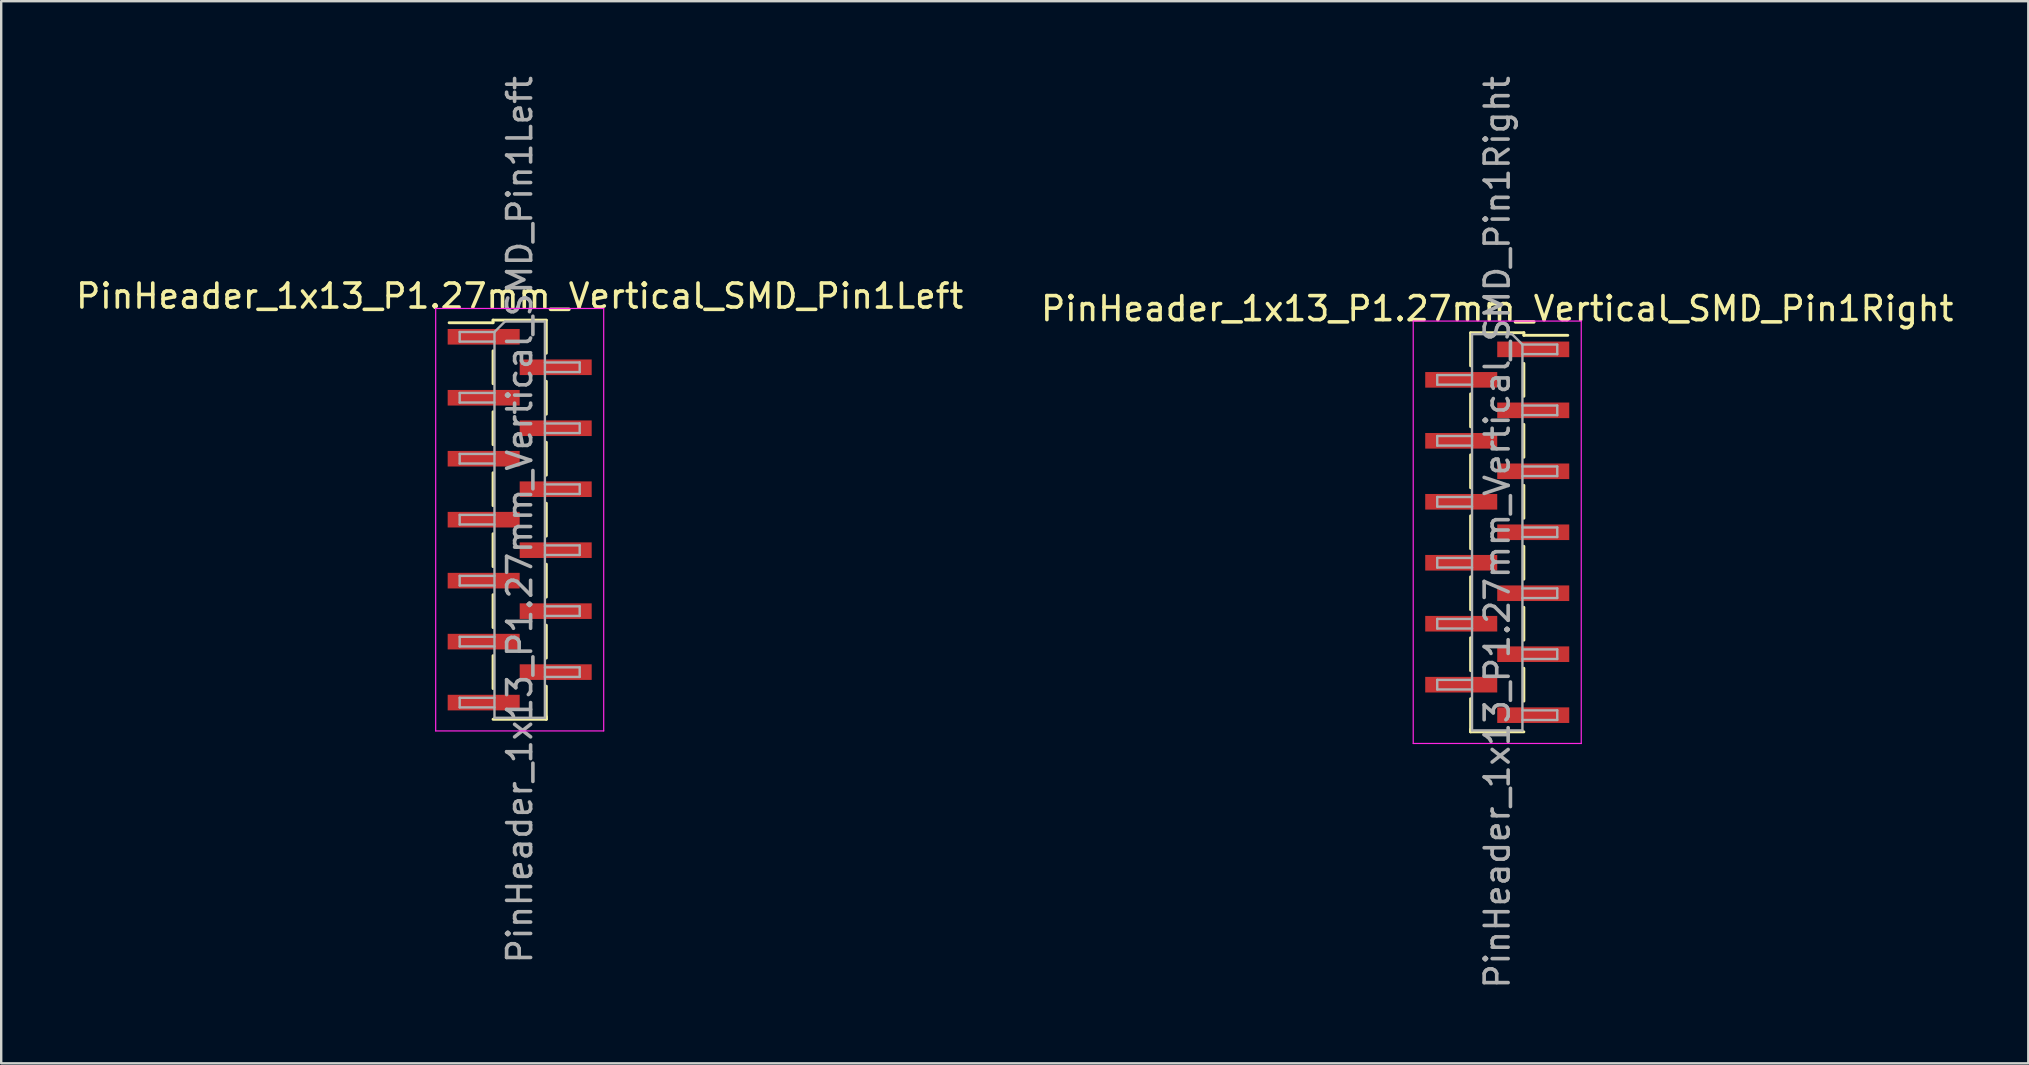
<source format=kicad_pcb>
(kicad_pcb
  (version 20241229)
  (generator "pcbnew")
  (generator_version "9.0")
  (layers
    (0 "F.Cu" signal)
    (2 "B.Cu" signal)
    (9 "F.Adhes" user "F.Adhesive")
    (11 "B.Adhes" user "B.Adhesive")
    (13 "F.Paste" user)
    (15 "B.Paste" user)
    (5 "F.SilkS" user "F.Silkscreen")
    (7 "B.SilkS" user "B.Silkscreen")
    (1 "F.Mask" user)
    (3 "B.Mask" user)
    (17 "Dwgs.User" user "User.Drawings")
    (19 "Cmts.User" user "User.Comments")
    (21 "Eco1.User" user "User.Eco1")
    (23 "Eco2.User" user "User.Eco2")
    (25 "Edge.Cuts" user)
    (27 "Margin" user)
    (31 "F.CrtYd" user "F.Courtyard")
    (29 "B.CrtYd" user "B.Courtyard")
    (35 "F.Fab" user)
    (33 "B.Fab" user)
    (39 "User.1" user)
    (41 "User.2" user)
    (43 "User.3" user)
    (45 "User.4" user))
  (footprint "PinHeader_1x13_P1.27mm_Vertical_SMD_Pin1Left"
    (layer "F.Cu")
    (at 18.601 18.601)
    (property "Reference" "PinHeader_1x13_P1.27mm_Vertical_SMD_Pin1Left" (at 0 -9.315 0) (layer "F.SilkS") (effects (font (size 1 1) (thickness 0.15))))
    (attr smd)
    (fp_line (start -1.11 -8.315) (end -1.11 -8.205) (stroke (width 0.12) (type solid)) (layer "F.SilkS"))
    (fp_line (start -1.11 -8.315) (end 1.11 -8.315) (stroke (width 0.12) (type solid)) (layer "F.SilkS"))
    (fp_line (start -1.11 -8.205) (end -2.94 -8.205) (stroke (width 0.12) (type solid)) (layer "F.SilkS"))
    (fp_line (start -1.11 -7.035) (end -1.11 -5.665) (stroke (width 0.12) (type solid)) (layer "F.SilkS"))
    (fp_line (start -1.11 -4.495) (end -1.11 -3.125) (stroke (width 0.12) (type solid)) (layer "F.SilkS"))
    (fp_line (start -1.11 -1.955) (end -1.11 -0.585) (stroke (width 0.12) (type solid)) (layer "F.SilkS"))
    (fp_line (start -1.11 0.585) (end -1.11 1.955) (stroke (width 0.12) (type solid)) (layer "F.SilkS"))
    (fp_line (start -1.11 3.125) (end -1.11 4.495) (stroke (width 0.12) (type solid)) (layer "F.SilkS"))
    (fp_line (start -1.11 5.665) (end -1.11 7.035) (stroke (width 0.12) (type solid)) (layer "F.SilkS"))
    (fp_line (start -1.11 8.315) (end 1.11 8.315) (stroke (width 0.12) (type solid)) (layer "F.SilkS"))
    (fp_line (start 1.11 -8.305) (end 1.11 -6.935) (stroke (width 0.12) (type solid)) (layer "F.SilkS"))
    (fp_line (start 1.11 -5.765) (end 1.11 -4.395) (stroke (width 0.12) (type solid)) (layer "F.SilkS"))
    (fp_line (start 1.11 -3.225) (end 1.11 -1.855) (stroke (width 0.12) (type solid)) (layer "F.SilkS"))
    (fp_line (start 1.11 -0.685) (end 1.11 0.685) (stroke (width 0.12) (type solid)) (layer "F.SilkS"))
    (fp_line (start 1.11 1.855) (end 1.11 3.225) (stroke (width 0.12) (type solid)) (layer "F.SilkS"))
    (fp_line (start 1.11 4.395) (end 1.11 5.765) (stroke (width 0.12) (type solid)) (layer "F.SilkS"))
    (fp_line (start 1.11 6.935) (end 1.11 8.305) (stroke (width 0.12) (type solid)) (layer "F.SilkS"))
    (fp_line (start 1.11 8.205) (end 1.11 8.315) (stroke (width 0.12) (type solid)) (layer "F.SilkS"))
    (fp_line (start -3.5 -8.8) (end -3.5 8.8) (stroke (width 0.05) (type solid)) (layer "F.CrtYd"))
    (fp_line (start -3.5 8.8) (end 3.5 8.8) (stroke (width 0.05) (type solid)) (layer "F.CrtYd"))
    (fp_line (start 3.5 -8.8) (end -3.5 -8.8) (stroke (width 0.05) (type solid)) (layer "F.CrtYd"))
    (fp_line (start 3.5 8.8) (end 3.5 -8.8) (stroke (width 0.05) (type solid)) (layer "F.CrtYd"))
    (fp_line (start -2.5 -7.82) (end -2.5 -7.42) (stroke (width 0.1) (type solid)) (layer "F.Fab"))
    (fp_line (start -2.5 -7.42) (end -1.05 -7.42) (stroke (width 0.1) (type solid)) (layer "F.Fab"))
    (fp_line (start -2.5 -5.28) (end -2.5 -4.88) (stroke (width 0.1) (type solid)) (layer "F.Fab"))
    (fp_line (start -2.5 -4.88) (end -1.05 -4.88) (stroke (width 0.1) (type solid)) (layer "F.Fab"))
    (fp_line (start -2.5 -2.74) (end -2.5 -2.34) (stroke (width 0.1) (type solid)) (layer "F.Fab"))
    (fp_line (start -2.5 -2.34) (end -1.05 -2.34) (stroke (width 0.1) (type solid)) (layer "F.Fab"))
    (fp_line (start -2.5 -0.2) (end -2.5 0.2) (stroke (width 0.1) (type solid)) (layer "F.Fab"))
    (fp_line (start -2.5 0.2) (end -1.05 0.2) (stroke (width 0.1) (type solid)) (layer "F.Fab"))
    (fp_line (start -2.5 2.34) (end -2.5 2.74) (stroke (width 0.1) (type solid)) (layer "F.Fab"))
    (fp_line (start -2.5 2.74) (end -1.05 2.74) (stroke (width 0.1) (type solid)) (layer "F.Fab"))
    (fp_line (start -2.5 4.88) (end -2.5 5.28) (stroke (width 0.1) (type solid)) (layer "F.Fab"))
    (fp_line (start -2.5 5.28) (end -1.05 5.28) (stroke (width 0.1) (type solid)) (layer "F.Fab"))
    (fp_line (start -2.5 7.42) (end -2.5 7.82) (stroke (width 0.1) (type solid)) (layer "F.Fab"))
    (fp_line (start -2.5 7.82) (end -1.05 7.82) (stroke (width 0.1) (type solid)) (layer "F.Fab"))
    (fp_line (start -1.05 -7.82) (end -2.5 -7.82) (stroke (width 0.1) (type solid)) (layer "F.Fab"))
    (fp_line (start -1.05 -7.82) (end -0.615 -8.255) (stroke (width 0.1) (type solid)) (layer "F.Fab"))
    (fp_line (start -1.05 -5.28) (end -2.5 -5.28) (stroke (width 0.1) (type solid)) (layer "F.Fab"))
    (fp_line (start -1.05 -2.74) (end -2.5 -2.74) (stroke (width 0.1) (type solid)) (layer "F.Fab"))
    (fp_line (start -1.05 -0.2) (end -2.5 -0.2) (stroke (width 0.1) (type solid)) (layer "F.Fab"))
    (fp_line (start -1.05 2.34) (end -2.5 2.34) (stroke (width 0.1) (type solid)) (layer "F.Fab"))
    (fp_line (start -1.05 4.88) (end -2.5 4.88) (stroke (width 0.1) (type solid)) (layer "F.Fab"))
    (fp_line (start -1.05 7.42) (end -2.5 7.42) (stroke (width 0.1) (type solid)) (layer "F.Fab"))
    (fp_line (start -1.05 8.255) (end -1.05 -7.82) (stroke (width 0.1) (type solid)) (layer "F.Fab"))
    (fp_line (start -0.615 -8.255) (end 1.05 -8.255) (stroke (width 0.1) (type solid)) (layer "F.Fab"))
    (fp_line (start 1.05 -8.255) (end 1.05 8.255) (stroke (width 0.1) (type solid)) (layer "F.Fab"))
    (fp_line (start 1.05 -6.55) (end 2.5 -6.55) (stroke (width 0.1) (type solid)) (layer "F.Fab"))
    (fp_line (start 1.05 -4.01) (end 2.5 -4.01) (stroke (width 0.1) (type solid)) (layer "F.Fab"))
    (fp_line (start 1.05 -1.47) (end 2.5 -1.47) (stroke (width 0.1) (type solid)) (layer "F.Fab"))
    (fp_line (start 1.05 1.07) (end 2.5 1.07) (stroke (width 0.1) (type solid)) (layer "F.Fab"))
    (fp_line (start 1.05 3.61) (end 2.5 3.61) (stroke (width 0.1) (type solid)) (layer "F.Fab"))
    (fp_line (start 1.05 6.15) (end 2.5 6.15) (stroke (width 0.1) (type solid)) (layer "F.Fab"))
    (fp_line (start 1.05 8.255) (end -1.05 8.255) (stroke (width 0.1) (type solid)) (layer "F.Fab"))
    (fp_line (start 2.5 -6.55) (end 2.5 -6.15) (stroke (width 0.1) (type solid)) (layer "F.Fab"))
    (fp_line (start 2.5 -6.15) (end 1.05 -6.15) (stroke (width 0.1) (type solid)) (layer "F.Fab"))
    (fp_line (start 2.5 -4.01) (end 2.5 -3.61) (stroke (width 0.1) (type solid)) (layer "F.Fab"))
    (fp_line (start 2.5 -3.61) (end 1.05 -3.61) (stroke (width 0.1) (type solid)) (layer "F.Fab"))
    (fp_line (start 2.5 -1.47) (end 2.5 -1.07) (stroke (width 0.1) (type solid)) (layer "F.Fab"))
    (fp_line (start 2.5 -1.07) (end 1.05 -1.07) (stroke (width 0.1) (type solid)) (layer "F.Fab"))
    (fp_line (start 2.5 1.07) (end 2.5 1.47) (stroke (width 0.1) (type solid)) (layer "F.Fab"))
    (fp_line (start 2.5 1.47) (end 1.05 1.47) (stroke (width 0.1) (type solid)) (layer "F.Fab"))
    (fp_line (start 2.5 3.61) (end 2.5 4.01) (stroke (width 0.1) (type solid)) (layer "F.Fab"))
    (fp_line (start 2.5 4.01) (end 1.05 4.01) (stroke (width 0.1) (type solid)) (layer "F.Fab"))
    (fp_line (start 2.5 6.15) (end 2.5 6.55) (stroke (width 0.1) (type solid)) (layer "F.Fab"))
    (fp_line (start 2.5 6.55) (end 1.05 6.55) (stroke (width 0.1) (type solid)) (layer "F.Fab"))
    (fp_text user "${REFERENCE}" (at 0 0 90) (layer "F.Fab") (effects (font (size 1 1) (thickness 0.15))))
    (pad "1" smd rect (at -1.5 -7.62) (size 3 0.65) (layers "F.Cu" "F.Mask" "F.Paste"))
    (pad "2" smd rect (at 1.5 -6.35) (size 3 0.65) (layers "F.Cu" "F.Mask" "F.Paste"))
    (pad "3" smd rect (at -1.5 -5.08) (size 3 0.65) (layers "F.Cu" "F.Mask" "F.Paste"))
    (pad "4" smd rect (at 1.5 -3.81) (size 3 0.65) (layers "F.Cu" "F.Mask" "F.Paste"))
    (pad "5" smd rect (at -1.5 -2.54) (size 3 0.65) (layers "F.Cu" "F.Mask" "F.Paste"))
    (pad "6" smd rect (at 1.5 -1.27) (size 3 0.65) (layers "F.Cu" "F.Mask" "F.Paste"))
    (pad "7" smd rect (at -1.5 0) (size 3 0.65) (layers "F.Cu" "F.Mask" "F.Paste"))
    (pad "8" smd rect (at 1.5 1.27) (size 3 0.65) (layers "F.Cu" "F.Mask" "F.Paste"))
    (pad "9" smd rect (at -1.5 2.54) (size 3 0.65) (layers "F.Cu" "F.Mask" "F.Paste"))
    (pad "10" smd rect (at 1.5 3.81) (size 3 0.65) (layers "F.Cu" "F.Mask" "F.Paste"))
    (pad "11" smd rect (at -1.5 5.08) (size 3 0.65) (layers "F.Cu" "F.Mask" "F.Paste"))
    (pad "12" smd rect (at 1.5 6.35) (size 3 0.65) (layers "F.Cu" "F.Mask" "F.Paste"))
    (pad "13" smd rect (at -1.5 7.62) (size 3 0.65) (layers "F.Cu" "F.Mask" "F.Paste")))
  (footprint "PinHeader_1x13_P1.27mm_Vertical_SMD_Pin1Right"
    (layer "F.Cu")
    (at 59.327 19.125)
    (property "Reference" "PinHeader_1x13_P1.27mm_Vertical_SMD_Pin1Right" (at 0 -9.315 0) (layer "F.SilkS") (effects (font (size 1 1) (thickness 0.15))))
    (attr smd)
    (fp_line (start -1.11 -8.315) (end 1.11 -8.315) (stroke (width 0.12) (type solid)) (layer "F.SilkS"))
    (fp_line (start -1.11 -8.305) (end -1.11 -6.935) (stroke (width 0.12) (type solid)) (layer "F.SilkS"))
    (fp_line (start -1.11 -5.765) (end -1.11 -4.395) (stroke (width 0.12) (type solid)) (layer "F.SilkS"))
    (fp_line (start -1.11 -3.225) (end -1.11 -1.855) (stroke (width 0.12) (type solid)) (layer "F.SilkS"))
    (fp_line (start -1.11 -0.685) (end -1.11 0.685) (stroke (width 0.12) (type solid)) (layer "F.SilkS"))
    (fp_line (start -1.11 1.855) (end -1.11 3.225) (stroke (width 0.12) (type solid)) (layer "F.SilkS"))
    (fp_line (start -1.11 4.395) (end -1.11 5.765) (stroke (width 0.12) (type solid)) (layer "F.SilkS"))
    (fp_line (start -1.11 6.935) (end -1.11 8.305) (stroke (width 0.12) (type solid)) (layer "F.SilkS"))
    (fp_line (start -1.11 8.205) (end -1.11 8.315) (stroke (width 0.12) (type solid)) (layer "F.SilkS"))
    (fp_line (start -1.11 8.315) (end 1.11 8.315) (stroke (width 0.12) (type solid)) (layer "F.SilkS"))
    (fp_line (start 1.11 -8.315) (end 1.11 -8.205) (stroke (width 0.12) (type solid)) (layer "F.SilkS"))
    (fp_line (start 1.11 -8.205) (end 2.94 -8.205) (stroke (width 0.12) (type solid)) (layer "F.SilkS"))
    (fp_line (start 1.11 -7.035) (end 1.11 -5.665) (stroke (width 0.12) (type solid)) (layer "F.SilkS"))
    (fp_line (start 1.11 -4.495) (end 1.11 -3.125) (stroke (width 0.12) (type solid)) (layer "F.SilkS"))
    (fp_line (start 1.11 -1.955) (end 1.11 -0.585) (stroke (width 0.12) (type solid)) (layer "F.SilkS"))
    (fp_line (start 1.11 0.585) (end 1.11 1.955) (stroke (width 0.12) (type solid)) (layer "F.SilkS"))
    (fp_line (start 1.11 3.125) (end 1.11 4.495) (stroke (width 0.12) (type solid)) (layer "F.SilkS"))
    (fp_line (start 1.11 5.665) (end 1.11 7.035) (stroke (width 0.12) (type solid)) (layer "F.SilkS"))
    (fp_line (start -3.5 -8.8) (end -3.5 8.8) (stroke (width 0.05) (type solid)) (layer "F.CrtYd"))
    (fp_line (start -3.5 8.8) (end 3.5 8.8) (stroke (width 0.05) (type solid)) (layer "F.CrtYd"))
    (fp_line (start 3.5 -8.8) (end -3.5 -8.8) (stroke (width 0.05) (type solid)) (layer "F.CrtYd"))
    (fp_line (start 3.5 8.8) (end 3.5 -8.8) (stroke (width 0.05) (type solid)) (layer "F.CrtYd"))
    (fp_line (start -2.5 -6.55) (end -2.5 -6.15) (stroke (width 0.1) (type solid)) (layer "F.Fab"))
    (fp_line (start -2.5 -6.15) (end -1.05 -6.15) (stroke (width 0.1) (type solid)) (layer "F.Fab"))
    (fp_line (start -2.5 -4.01) (end -2.5 -3.61) (stroke (width 0.1) (type solid)) (layer "F.Fab"))
    (fp_line (start -2.5 -3.61) (end -1.05 -3.61) (stroke (width 0.1) (type solid)) (layer "F.Fab"))
    (fp_line (start -2.5 -1.47) (end -2.5 -1.07) (stroke (width 0.1) (type solid)) (layer "F.Fab"))
    (fp_line (start -2.5 -1.07) (end -1.05 -1.07) (stroke (width 0.1) (type solid)) (layer "F.Fab"))
    (fp_line (start -2.5 1.07) (end -2.5 1.47) (stroke (width 0.1) (type solid)) (layer "F.Fab"))
    (fp_line (start -2.5 1.47) (end -1.05 1.47) (stroke (width 0.1) (type solid)) (layer "F.Fab"))
    (fp_line (start -2.5 3.61) (end -2.5 4.01) (stroke (width 0.1) (type solid)) (layer "F.Fab"))
    (fp_line (start -2.5 4.01) (end -1.05 4.01) (stroke (width 0.1) (type solid)) (layer "F.Fab"))
    (fp_line (start -2.5 6.15) (end -2.5 6.55) (stroke (width 0.1) (type solid)) (layer "F.Fab"))
    (fp_line (start -2.5 6.55) (end -1.05 6.55) (stroke (width 0.1) (type solid)) (layer "F.Fab"))
    (fp_line (start -1.05 -8.255) (end -1.05 8.255) (stroke (width 0.1) (type solid)) (layer "F.Fab"))
    (fp_line (start -1.05 -8.255) (end 0.615 -8.255) (stroke (width 0.1) (type solid)) (layer "F.Fab"))
    (fp_line (start -1.05 -6.55) (end -2.5 -6.55) (stroke (width 0.1) (type solid)) (layer "F.Fab"))
    (fp_line (start -1.05 -4.01) (end -2.5 -4.01) (stroke (width 0.1) (type solid)) (layer "F.Fab"))
    (fp_line (start -1.05 -1.47) (end -2.5 -1.47) (stroke (width 0.1) (type solid)) (layer "F.Fab"))
    (fp_line (start -1.05 1.07) (end -2.5 1.07) (stroke (width 0.1) (type solid)) (layer "F.Fab"))
    (fp_line (start -1.05 3.61) (end -2.5 3.61) (stroke (width 0.1) (type solid)) (layer "F.Fab"))
    (fp_line (start -1.05 6.15) (end -2.5 6.15) (stroke (width 0.1) (type solid)) (layer "F.Fab"))
    (fp_line (start 1.05 -7.82) (end 0.615 -8.255) (stroke (width 0.1) (type solid)) (layer "F.Fab"))
    (fp_line (start 1.05 -7.82) (end 2.5 -7.82) (stroke (width 0.1) (type solid)) (layer "F.Fab"))
    (fp_line (start 1.05 -5.28) (end 2.5 -5.28) (stroke (width 0.1) (type solid)) (layer "F.Fab"))
    (fp_line (start 1.05 -2.74) (end 2.5 -2.74) (stroke (width 0.1) (type solid)) (layer "F.Fab"))
    (fp_line (start 1.05 -0.2) (end 2.5 -0.2) (stroke (width 0.1) (type solid)) (layer "F.Fab"))
    (fp_line (start 1.05 2.34) (end 2.5 2.34) (stroke (width 0.1) (type solid)) (layer "F.Fab"))
    (fp_line (start 1.05 4.88) (end 2.5 4.88) (stroke (width 0.1) (type solid)) (layer "F.Fab"))
    (fp_line (start 1.05 7.42) (end 2.5 7.42) (stroke (width 0.1) (type solid)) (layer "F.Fab"))
    (fp_line (start 1.05 8.255) (end -1.05 8.255) (stroke (width 0.1) (type solid)) (layer "F.Fab"))
    (fp_line (start 1.05 8.255) (end 1.05 -7.82) (stroke (width 0.1) (type solid)) (layer "F.Fab"))
    (fp_line (start 2.5 -7.82) (end 2.5 -7.42) (stroke (width 0.1) (type solid)) (layer "F.Fab"))
    (fp_line (start 2.5 -7.42) (end 1.05 -7.42) (stroke (width 0.1) (type solid)) (layer "F.Fab"))
    (fp_line (start 2.5 -5.28) (end 2.5 -4.88) (stroke (width 0.1) (type solid)) (layer "F.Fab"))
    (fp_line (start 2.5 -4.88) (end 1.05 -4.88) (stroke (width 0.1) (type solid)) (layer "F.Fab"))
    (fp_line (start 2.5 -2.74) (end 2.5 -2.34) (stroke (width 0.1) (type solid)) (layer "F.Fab"))
    (fp_line (start 2.5 -2.34) (end 1.05 -2.34) (stroke (width 0.1) (type solid)) (layer "F.Fab"))
    (fp_line (start 2.5 -0.2) (end 2.5 0.2) (stroke (width 0.1) (type solid)) (layer "F.Fab"))
    (fp_line (start 2.5 0.2) (end 1.05 0.2) (stroke (width 0.1) (type solid)) (layer "F.Fab"))
    (fp_line (start 2.5 2.34) (end 2.5 2.74) (stroke (width 0.1) (type solid)) (layer "F.Fab"))
    (fp_line (start 2.5 2.74) (end 1.05 2.74) (stroke (width 0.1) (type solid)) (layer "F.Fab"))
    (fp_line (start 2.5 4.88) (end 2.5 5.28) (stroke (width 0.1) (type solid)) (layer "F.Fab"))
    (fp_line (start 2.5 5.28) (end 1.05 5.28) (stroke (width 0.1) (type solid)) (layer "F.Fab"))
    (fp_line (start 2.5 7.42) (end 2.5 7.82) (stroke (width 0.1) (type solid)) (layer "F.Fab"))
    (fp_line (start 2.5 7.82) (end 1.05 7.82) (stroke (width 0.1) (type solid)) (layer "F.Fab"))
    (fp_text user "${REFERENCE}" (at 0 0 90) (layer "F.Fab") (effects (font (size 1 1) (thickness 0.15))))
    (pad "1" smd rect (at 1.5 -7.62) (size 3 0.65) (layers "F.Cu" "F.Mask" "F.Paste"))
    (pad "2" smd rect (at -1.5 -6.35) (size 3 0.65) (layers "F.Cu" "F.Mask" "F.Paste"))
    (pad "3" smd rect (at 1.5 -5.08) (size 3 0.65) (layers "F.Cu" "F.Mask" "F.Paste"))
    (pad "4" smd rect (at -1.5 -3.81) (size 3 0.65) (layers "F.Cu" "F.Mask" "F.Paste"))
    (pad "5" smd rect (at 1.5 -2.54) (size 3 0.65) (layers "F.Cu" "F.Mask" "F.Paste"))
    (pad "6" smd rect (at -1.5 -1.27) (size 3 0.65) (layers "F.Cu" "F.Mask" "F.Paste"))
    (pad "7" smd rect (at 1.5 0) (size 3 0.65) (layers "F.Cu" "F.Mask" "F.Paste"))
    (pad "8" smd rect (at -1.5 1.27) (size 3 0.65) (layers "F.Cu" "F.Mask" "F.Paste"))
    (pad "9" smd rect (at 1.5 2.54) (size 3 0.65) (layers "F.Cu" "F.Mask" "F.Paste"))
    (pad "10" smd rect (at -1.5 3.81) (size 3 0.65) (layers "F.Cu" "F.Mask" "F.Paste"))
    (pad "11" smd rect (at 1.5 5.08) (size 3 0.65) (layers "F.Cu" "F.Mask" "F.Paste"))
    (pad "12" smd rect (at -1.5 6.35) (size 3 0.65) (layers "F.Cu" "F.Mask" "F.Paste"))
    (pad "13" smd rect (at 1.5 7.62) (size 3 0.65) (layers "F.Cu" "F.Mask" "F.Paste")))
  (gr_rect
    (start -3 -3)
    (end 81.452 41.25)
    (stroke (width 0.1) (type default))
    (fill no)
    (layer "Edge.Cuts")))
</source>
